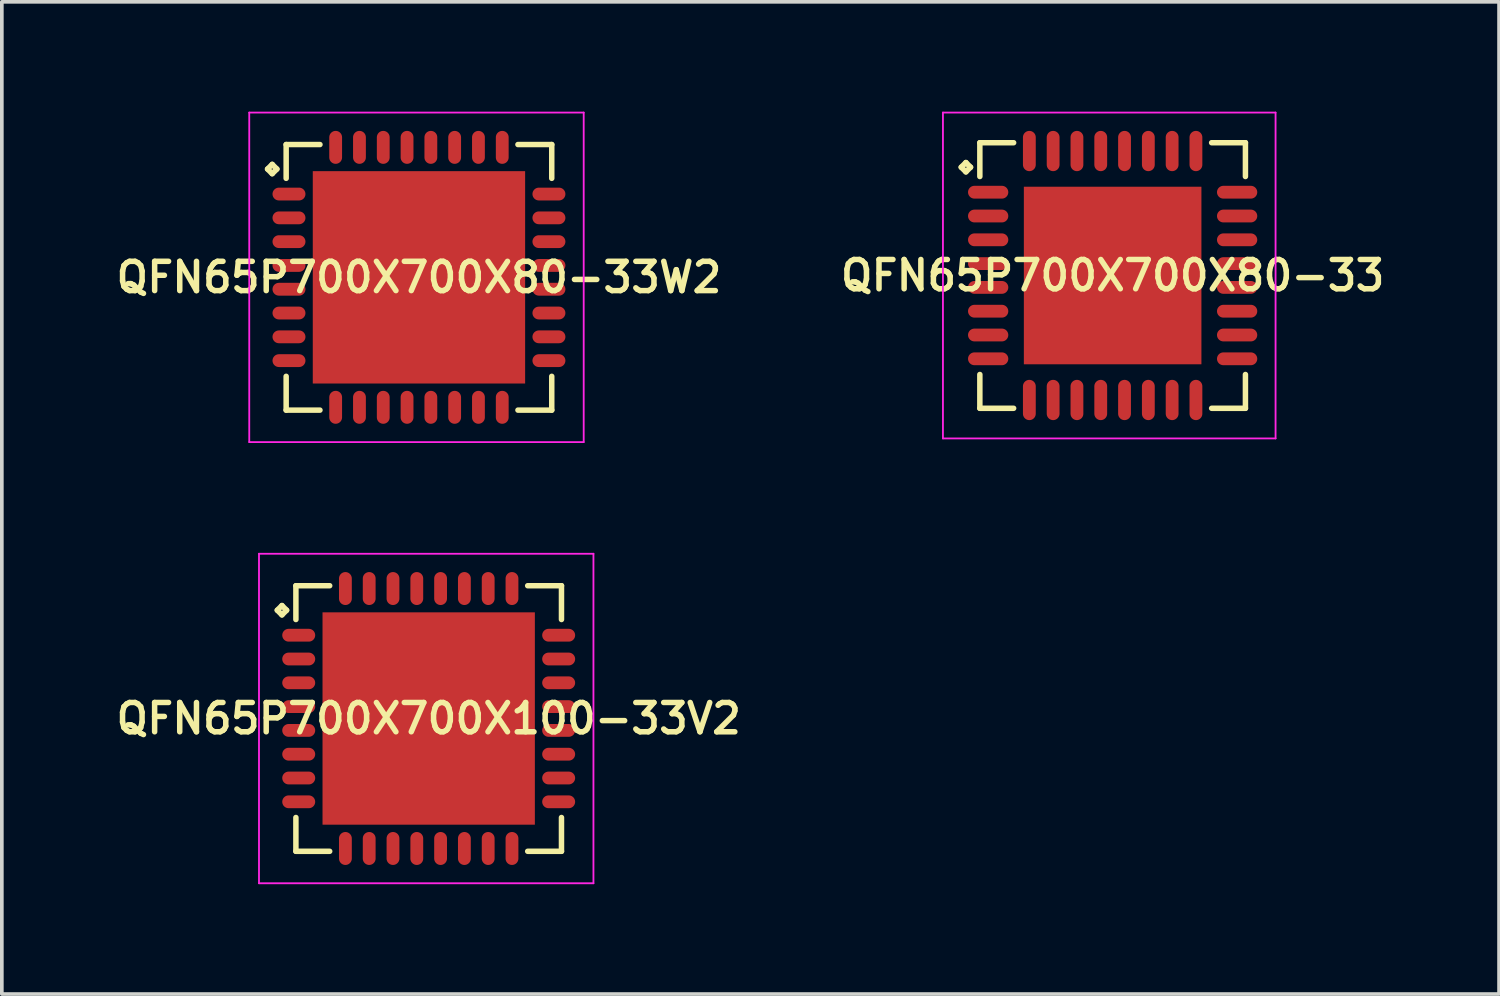
<source format=kicad_pcb>
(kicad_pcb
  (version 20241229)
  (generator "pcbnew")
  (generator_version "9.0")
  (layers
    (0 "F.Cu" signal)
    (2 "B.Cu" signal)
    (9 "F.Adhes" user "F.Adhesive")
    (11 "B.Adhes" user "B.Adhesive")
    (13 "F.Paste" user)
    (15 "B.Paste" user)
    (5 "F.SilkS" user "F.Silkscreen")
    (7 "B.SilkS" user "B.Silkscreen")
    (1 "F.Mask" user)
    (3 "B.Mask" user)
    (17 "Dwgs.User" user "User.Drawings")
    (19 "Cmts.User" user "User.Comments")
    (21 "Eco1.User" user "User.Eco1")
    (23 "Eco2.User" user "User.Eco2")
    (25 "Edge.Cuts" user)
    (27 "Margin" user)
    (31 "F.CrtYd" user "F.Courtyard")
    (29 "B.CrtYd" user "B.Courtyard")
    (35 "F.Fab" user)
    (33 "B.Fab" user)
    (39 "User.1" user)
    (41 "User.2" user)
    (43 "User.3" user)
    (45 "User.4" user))
  (footprint "QFN65P700X700X80-33"
    (layer "F.Cu")
    (at 27.34 4.475)
    (property "Reference" "QFN65P700X700X80-33" (at 0 0 0) (layer "F.SilkS") (effects (font (size 0.8 0.8) (thickness 0.15))))
    (attr smd)
    (fp_line (start -4.135 -2.958) (end -4.008 -3.085) (stroke (width 0.15) (type solid)) (layer "F.SilkS"))
    (fp_line (start -4.008 -3.085) (end -3.881 -2.958) (stroke (width 0.15) (type solid)) (layer "F.SilkS"))
    (fp_line (start -4.008 -2.831) (end -4.135 -2.958) (stroke (width 0.15) (type solid)) (layer "F.SilkS"))
    (fp_line (start -3.881 -2.958) (end -4.008 -2.831) (stroke (width 0.15) (type solid)) (layer "F.SilkS"))
    (fp_line (start -3.627 -3.627) (end -2.704 -3.627) (stroke (width 0.15) (type solid)) (layer "F.SilkS"))
    (fp_line (start -3.627 -2.704) (end -3.627 -3.627) (stroke (width 0.15) (type solid)) (layer "F.SilkS"))
    (fp_line (start -3.627 2.704) (end -3.627 3.627) (stroke (width 0.15) (type solid)) (layer "F.SilkS"))
    (fp_line (start -3.627 3.627) (end -2.704 3.627) (stroke (width 0.15) (type solid)) (layer "F.SilkS"))
    (fp_line (start 2.704 -3.627) (end 3.627 -3.627) (stroke (width 0.15) (type solid)) (layer "F.SilkS"))
    (fp_line (start 2.704 3.627) (end 3.627 3.627) (stroke (width 0.15) (type solid)) (layer "F.SilkS"))
    (fp_line (start 3.627 -3.627) (end 3.627 -2.704) (stroke (width 0.15) (type solid)) (layer "F.SilkS"))
    (fp_line (start 3.627 3.627) (end 3.627 2.704) (stroke (width 0.15) (type solid)) (layer "F.SilkS"))
    (fp_line (start -4.635 -4.45) (end 4.45 -4.45) (stroke (width 0.05) (type solid)) (layer "F.CrtYd"))
    (fp_line (start -4.635 4.45) (end -4.635 -4.45) (stroke (width 0.05) (type solid)) (layer "F.CrtYd"))
    (fp_line (start 4.45 -4.45) (end 4.45 4.45) (stroke (width 0.05) (type solid)) (layer "F.CrtYd"))
    (fp_line (start 4.45 4.45) (end -4.635 4.45) (stroke (width 0.05) (type solid)) (layer "F.CrtYd"))
    (pad "1" smd oval (at -3.4 -2.275) (size 1.1 0.35) (layers "F.Cu" "F.Mask" "F.Paste"))
    (pad "2" smd oval (at -3.4 -1.625) (size 1.1 0.35) (layers "F.Cu" "F.Mask" "F.Paste"))
    (pad "3" smd oval (at -3.4 -0.975) (size 1.1 0.35) (layers "F.Cu" "F.Mask" "F.Paste"))
    (pad "4" smd oval (at -3.4 -0.325) (size 1.1 0.35) (layers "F.Cu" "F.Mask" "F.Paste"))
    (pad "5" smd oval (at -3.4 0.325) (size 1.1 0.35) (layers "F.Cu" "F.Mask" "F.Paste"))
    (pad "6" smd oval (at -3.4 0.975) (size 1.1 0.35) (layers "F.Cu" "F.Mask" "F.Paste"))
    (pad "7" smd oval (at -3.4 1.625) (size 1.1 0.35) (layers "F.Cu" "F.Mask" "F.Paste"))
    (pad "8" smd oval (at -3.4 2.275) (size 1.1 0.35) (layers "F.Cu" "F.Mask" "F.Paste"))
    (pad "9" smd oval (at -2.275 3.4) (size 0.35 1.1) (layers "F.Cu" "F.Mask" "F.Paste"))
    (pad "10" smd oval (at -1.625 3.4) (size 0.35 1.1) (layers "F.Cu" "F.Mask" "F.Paste"))
    (pad "11" smd oval (at -0.975 3.4) (size 0.35 1.1) (layers "F.Cu" "F.Mask" "F.Paste"))
    (pad "12" smd oval (at -0.325 3.4) (size 0.35 1.1) (layers "F.Cu" "F.Mask" "F.Paste"))
    (pad "13" smd oval (at 0.325 3.4) (size 0.35 1.1) (layers "F.Cu" "F.Mask" "F.Paste"))
    (pad "14" smd oval (at 0.975 3.4) (size 0.35 1.1) (layers "F.Cu" "F.Mask" "F.Paste"))
    (pad "15" smd oval (at 1.625 3.4) (size 0.35 1.1) (layers "F.Cu" "F.Mask" "F.Paste"))
    (pad "16" smd oval (at 2.275 3.4) (size 0.35 1.1) (layers "F.Cu" "F.Mask" "F.Paste"))
    (pad "17" smd oval (at 3.4 2.275) (size 1.1 0.35) (layers "F.Cu" "F.Mask" "F.Paste"))
    (pad "18" smd oval (at 3.4 1.625) (size 1.1 0.35) (layers "F.Cu" "F.Mask" "F.Paste"))
    (pad "19" smd oval (at 3.4 0.975) (size 1.1 0.35) (layers "F.Cu" "F.Mask" "F.Paste"))
    (pad "20" smd oval (at 3.4 0.325) (size 1.1 0.35) (layers "F.Cu" "F.Mask" "F.Paste"))
    (pad "21" smd oval (at 3.4 -0.325) (size 1.1 0.35) (layers "F.Cu" "F.Mask" "F.Paste"))
    (pad "22" smd oval (at 3.4 -0.975) (size 1.1 0.35) (layers "F.Cu" "F.Mask" "F.Paste"))
    (pad "23" smd oval (at 3.4 -1.625) (size 1.1 0.35) (layers "F.Cu" "F.Mask" "F.Paste"))
    (pad "24" smd oval (at 3.4 -2.275) (size 1.1 0.35) (layers "F.Cu" "F.Mask" "F.Paste"))
    (pad "25" smd oval (at 2.275 -3.4) (size 0.35 1.1) (layers "F.Cu" "F.Mask" "F.Paste"))
    (pad "26" smd oval (at 1.625 -3.4) (size 0.35 1.1) (layers "F.Cu" "F.Mask" "F.Paste"))
    (pad "27" smd oval (at 0.975 -3.4) (size 0.35 1.1) (layers "F.Cu" "F.Mask" "F.Paste"))
    (pad "28" smd oval (at 0.325 -3.4) (size 0.35 1.1) (layers "F.Cu" "F.Mask" "F.Paste"))
    (pad "29" smd oval (at -0.325 -3.4) (size 0.35 1.1) (layers "F.Cu" "F.Mask" "F.Paste"))
    (pad "30" smd oval (at -0.975 -3.4) (size 0.35 1.1) (layers "F.Cu" "F.Mask" "F.Paste"))
    (pad "31" smd oval (at -1.625 -3.4) (size 0.35 1.1) (layers "F.Cu" "F.Mask" "F.Paste"))
    (pad "32" smd oval (at -2.275 -3.4) (size 0.35 1.1) (layers "F.Cu" "F.Mask" "F.Paste"))
    (pad "33" smd rect (at 0 0) (size 4.85 4.85) (layers "F.Cu" "F.Mask" "F.Paste")))
  (footprint "QFN65P700X700X100-33V2"
    (layer "F.Cu")
    (at 8.659 16.575)
    (property "Reference" "QFN65P700X700X100-33V2" (at 0 0 0) (layer "F.SilkS") (effects (font (size 0.8 0.8) (thickness 0.15))))
    (attr smd)
    (fp_line (start -4.135 -2.958) (end -4.008 -3.085) (stroke (width 0.15) (type solid)) (layer "F.SilkS"))
    (fp_line (start -4.008 -3.085) (end -3.881 -2.958) (stroke (width 0.15) (type solid)) (layer "F.SilkS"))
    (fp_line (start -4.008 -2.831) (end -4.135 -2.958) (stroke (width 0.15) (type solid)) (layer "F.SilkS"))
    (fp_line (start -3.881 -2.958) (end -4.008 -2.831) (stroke (width 0.15) (type solid)) (layer "F.SilkS"))
    (fp_line (start -3.627 -3.627) (end -2.704 -3.627) (stroke (width 0.15) (type solid)) (layer "F.SilkS"))
    (fp_line (start -3.627 -2.704) (end -3.627 -3.627) (stroke (width 0.15) (type solid)) (layer "F.SilkS"))
    (fp_line (start -3.627 2.704) (end -3.627 3.627) (stroke (width 0.15) (type solid)) (layer "F.SilkS"))
    (fp_line (start -3.627 3.627) (end -2.704 3.627) (stroke (width 0.15) (type solid)) (layer "F.SilkS"))
    (fp_line (start 2.704 -3.627) (end 3.627 -3.627) (stroke (width 0.15) (type solid)) (layer "F.SilkS"))
    (fp_line (start 2.704 3.627) (end 3.627 3.627) (stroke (width 0.15) (type solid)) (layer "F.SilkS"))
    (fp_line (start 3.627 -3.627) (end 3.627 -2.704) (stroke (width 0.15) (type solid)) (layer "F.SilkS"))
    (fp_line (start 3.627 3.627) (end 3.627 2.704) (stroke (width 0.15) (type solid)) (layer "F.SilkS"))
    (fp_line (start -4.635 -4.5) (end 4.5 -4.5) (stroke (width 0.05) (type solid)) (layer "F.CrtYd"))
    (fp_line (start -4.635 4.5) (end -4.635 -4.5) (stroke (width 0.05) (type solid)) (layer "F.CrtYd"))
    (fp_line (start 4.5 -4.5) (end 4.5 4.5) (stroke (width 0.05) (type solid)) (layer "F.CrtYd"))
    (fp_line (start 4.5 4.5) (end -4.635 4.5) (stroke (width 0.05) (type solid)) (layer "F.CrtYd"))
    (pad "1" smd oval (at -3.55 -2.275) (size 0.9 0.35) (layers "F.Cu" "F.Mask" "F.Paste"))
    (pad "2" smd oval (at -3.55 -1.625) (size 0.9 0.35) (layers "F.Cu" "F.Mask" "F.Paste"))
    (pad "3" smd oval (at -3.55 -0.975) (size 0.9 0.35) (layers "F.Cu" "F.Mask" "F.Paste"))
    (pad "4" smd oval (at -3.55 -0.325) (size 0.9 0.35) (layers "F.Cu" "F.Mask" "F.Paste"))
    (pad "5" smd oval (at -3.55 0.325) (size 0.9 0.35) (layers "F.Cu" "F.Mask" "F.Paste"))
    (pad "6" smd oval (at -3.55 0.975) (size 0.9 0.35) (layers "F.Cu" "F.Mask" "F.Paste"))
    (pad "7" smd oval (at -3.55 1.625) (size 0.9 0.35) (layers "F.Cu" "F.Mask" "F.Paste"))
    (pad "8" smd oval (at -3.55 2.275) (size 0.9 0.35) (layers "F.Cu" "F.Mask" "F.Paste"))
    (pad "9" smd oval (at -2.275 3.55) (size 0.35 0.9) (layers "F.Cu" "F.Mask" "F.Paste"))
    (pad "10" smd oval (at -1.625 3.55) (size 0.35 0.9) (layers "F.Cu" "F.Mask" "F.Paste"))
    (pad "11" smd oval (at -0.975 3.55) (size 0.35 0.9) (layers "F.Cu" "F.Mask" "F.Paste"))
    (pad "12" smd oval (at -0.325 3.55) (size 0.35 0.9) (layers "F.Cu" "F.Mask" "F.Paste"))
    (pad "13" smd oval (at 0.325 3.55) (size 0.35 0.9) (layers "F.Cu" "F.Mask" "F.Paste"))
    (pad "14" smd oval (at 0.975 3.55) (size 0.35 0.9) (layers "F.Cu" "F.Mask" "F.Paste"))
    (pad "15" smd oval (at 1.625 3.55) (size 0.35 0.9) (layers "F.Cu" "F.Mask" "F.Paste"))
    (pad "16" smd oval (at 2.275 3.55) (size 0.35 0.9) (layers "F.Cu" "F.Mask" "F.Paste"))
    (pad "17" smd oval (at 3.55 2.275) (size 0.9 0.35) (layers "F.Cu" "F.Mask" "F.Paste"))
    (pad "18" smd oval (at 3.55 1.625) (size 0.9 0.35) (layers "F.Cu" "F.Mask" "F.Paste"))
    (pad "19" smd oval (at 3.55 0.975) (size 0.9 0.35) (layers "F.Cu" "F.Mask" "F.Paste"))
    (pad "20" smd oval (at 3.55 0.325) (size 0.9 0.35) (layers "F.Cu" "F.Mask" "F.Paste"))
    (pad "21" smd oval (at 3.55 -0.325) (size 0.9 0.35) (layers "F.Cu" "F.Mask" "F.Paste"))
    (pad "22" smd oval (at 3.55 -0.975) (size 0.9 0.35) (layers "F.Cu" "F.Mask" "F.Paste"))
    (pad "23" smd oval (at 3.55 -1.625) (size 0.9 0.35) (layers "F.Cu" "F.Mask" "F.Paste"))
    (pad "24" smd oval (at 3.55 -2.275) (size 0.9 0.35) (layers "F.Cu" "F.Mask" "F.Paste"))
    (pad "25" smd oval (at 2.275 -3.55) (size 0.35 0.9) (layers "F.Cu" "F.Mask" "F.Paste"))
    (pad "26" smd oval (at 1.625 -3.55) (size 0.35 0.9) (layers "F.Cu" "F.Mask" "F.Paste"))
    (pad "27" smd oval (at 0.975 -3.55) (size 0.35 0.9) (layers "F.Cu" "F.Mask" "F.Paste"))
    (pad "28" smd oval (at 0.325 -3.55) (size 0.35 0.9) (layers "F.Cu" "F.Mask" "F.Paste"))
    (pad "29" smd oval (at -0.325 -3.55) (size 0.35 0.9) (layers "F.Cu" "F.Mask" "F.Paste"))
    (pad "30" smd oval (at -0.975 -3.55) (size 0.35 0.9) (layers "F.Cu" "F.Mask" "F.Paste"))
    (pad "31" smd oval (at -1.625 -3.55) (size 0.35 0.9) (layers "F.Cu" "F.Mask" "F.Paste"))
    (pad "32" smd oval (at -2.275 -3.55) (size 0.35 0.9) (layers "F.Cu" "F.Mask" "F.Paste"))
    (pad "33" smd rect (at 0 0) (size 5.8 5.8) (layers "F.Cu" "F.Mask" "F.Paste")))
  (footprint "QFN65P700X700X80-33W2"
    (layer "F.Cu")
    (at 8.393 4.525)
    (property "Reference" "QFN65P700X700X80-33W2" (at 0 0 0) (layer "F.SilkS") (effects (font (size 0.8 0.8) (thickness 0.15))))
    (attr smd)
    (fp_line (start -4.135 -2.958) (end -4.008 -3.085) (stroke (width 0.15) (type solid)) (layer "F.SilkS"))
    (fp_line (start -4.008 -3.085) (end -3.881 -2.958) (stroke (width 0.15) (type solid)) (layer "F.SilkS"))
    (fp_line (start -4.008 -2.831) (end -4.135 -2.958) (stroke (width 0.15) (type solid)) (layer "F.SilkS"))
    (fp_line (start -3.881 -2.958) (end -4.008 -2.831) (stroke (width 0.15) (type solid)) (layer "F.SilkS"))
    (fp_line (start -3.627 -3.627) (end -2.704 -3.627) (stroke (width 0.15) (type solid)) (layer "F.SilkS"))
    (fp_line (start -3.627 -2.704) (end -3.627 -3.627) (stroke (width 0.15) (type solid)) (layer "F.SilkS"))
    (fp_line (start -3.627 2.704) (end -3.627 3.627) (stroke (width 0.15) (type solid)) (layer "F.SilkS"))
    (fp_line (start -3.627 3.627) (end -2.704 3.627) (stroke (width 0.15) (type solid)) (layer "F.SilkS"))
    (fp_line (start 2.704 -3.627) (end 3.627 -3.627) (stroke (width 0.15) (type solid)) (layer "F.SilkS"))
    (fp_line (start 2.704 3.627) (end 3.627 3.627) (stroke (width 0.15) (type solid)) (layer "F.SilkS"))
    (fp_line (start 3.627 -3.627) (end 3.627 -2.704) (stroke (width 0.15) (type solid)) (layer "F.SilkS"))
    (fp_line (start 3.627 3.627) (end 3.627 2.704) (stroke (width 0.15) (type solid)) (layer "F.SilkS"))
    (fp_line (start -4.635 -4.5) (end 4.5 -4.5) (stroke (width 0.05) (type solid)) (layer "F.CrtYd"))
    (fp_line (start -4.635 4.5) (end -4.635 -4.5) (stroke (width 0.05) (type solid)) (layer "F.CrtYd"))
    (fp_line (start 4.5 -4.5) (end 4.5 4.5) (stroke (width 0.05) (type solid)) (layer "F.CrtYd"))
    (fp_line (start 4.5 4.5) (end -4.635 4.5) (stroke (width 0.05) (type solid)) (layer "F.CrtYd"))
    (pad "1" smd oval (at -3.55 -2.275) (size 0.9 0.35) (layers "F.Cu" "F.Mask" "F.Paste"))
    (pad "2" smd oval (at -3.55 -1.625) (size 0.9 0.35) (layers "F.Cu" "F.Mask" "F.Paste"))
    (pad "3" smd oval (at -3.55 -0.975) (size 0.9 0.35) (layers "F.Cu" "F.Mask" "F.Paste"))
    (pad "4" smd oval (at -3.55 -0.325) (size 0.9 0.35) (layers "F.Cu" "F.Mask" "F.Paste"))
    (pad "5" smd oval (at -3.55 0.325) (size 0.9 0.35) (layers "F.Cu" "F.Mask" "F.Paste"))
    (pad "6" smd oval (at -3.55 0.975) (size 0.9 0.35) (layers "F.Cu" "F.Mask" "F.Paste"))
    (pad "7" smd oval (at -3.55 1.625) (size 0.9 0.35) (layers "F.Cu" "F.Mask" "F.Paste"))
    (pad "8" smd oval (at -3.55 2.275) (size 0.9 0.35) (layers "F.Cu" "F.Mask" "F.Paste"))
    (pad "9" smd oval (at -2.275 3.55) (size 0.35 0.9) (layers "F.Cu" "F.Mask" "F.Paste"))
    (pad "10" smd oval (at -1.625 3.55) (size 0.35 0.9) (layers "F.Cu" "F.Mask" "F.Paste"))
    (pad "11" smd oval (at -0.975 3.55) (size 0.35 0.9) (layers "F.Cu" "F.Mask" "F.Paste"))
    (pad "12" smd oval (at -0.325 3.55) (size 0.35 0.9) (layers "F.Cu" "F.Mask" "F.Paste"))
    (pad "13" smd oval (at 0.325 3.55) (size 0.35 0.9) (layers "F.Cu" "F.Mask" "F.Paste"))
    (pad "14" smd oval (at 0.975 3.55) (size 0.35 0.9) (layers "F.Cu" "F.Mask" "F.Paste"))
    (pad "15" smd oval (at 1.625 3.55) (size 0.35 0.9) (layers "F.Cu" "F.Mask" "F.Paste"))
    (pad "16" smd oval (at 2.275 3.55) (size 0.35 0.9) (layers "F.Cu" "F.Mask" "F.Paste"))
    (pad "17" smd oval (at 3.55 2.275) (size 0.9 0.35) (layers "F.Cu" "F.Mask" "F.Paste"))
    (pad "18" smd oval (at 3.55 1.625) (size 0.9 0.35) (layers "F.Cu" "F.Mask" "F.Paste"))
    (pad "19" smd oval (at 3.55 0.975) (size 0.9 0.35) (layers "F.Cu" "F.Mask" "F.Paste"))
    (pad "20" smd oval (at 3.55 0.325) (size 0.9 0.35) (layers "F.Cu" "F.Mask" "F.Paste"))
    (pad "21" smd oval (at 3.55 -0.325) (size 0.9 0.35) (layers "F.Cu" "F.Mask" "F.Paste"))
    (pad "22" smd oval (at 3.55 -0.975) (size 0.9 0.35) (layers "F.Cu" "F.Mask" "F.Paste"))
    (pad "23" smd oval (at 3.55 -1.625) (size 0.9 0.35) (layers "F.Cu" "F.Mask" "F.Paste"))
    (pad "24" smd oval (at 3.55 -2.275) (size 0.9 0.35) (layers "F.Cu" "F.Mask" "F.Paste"))
    (pad "25" smd oval (at 2.275 -3.55) (size 0.35 0.9) (layers "F.Cu" "F.Mask" "F.Paste"))
    (pad "26" smd oval (at 1.625 -3.55) (size 0.35 0.9) (layers "F.Cu" "F.Mask" "F.Paste"))
    (pad "27" smd oval (at 0.975 -3.55) (size 0.35 0.9) (layers "F.Cu" "F.Mask" "F.Paste"))
    (pad "28" smd oval (at 0.325 -3.55) (size 0.35 0.9) (layers "F.Cu" "F.Mask" "F.Paste"))
    (pad "29" smd oval (at -0.325 -3.55) (size 0.35 0.9) (layers "F.Cu" "F.Mask" "F.Paste"))
    (pad "30" smd oval (at -0.975 -3.55) (size 0.35 0.9) (layers "F.Cu" "F.Mask" "F.Paste"))
    (pad "31" smd oval (at -1.625 -3.55) (size 0.35 0.9) (layers "F.Cu" "F.Mask" "F.Paste"))
    (pad "32" smd oval (at -2.275 -3.55) (size 0.35 0.9) (layers "F.Cu" "F.Mask" "F.Paste"))
    (pad "33" smd rect (at 0 0) (size 5.8 5.8) (layers "F.Cu" "F.Mask" "F.Paste")))
  (gr_rect
    (start -3 -3)
    (end 37.894 24.1)
    (stroke (width 0.1) (type default))
    (fill no)
    (layer "Edge.Cuts")))
</source>
